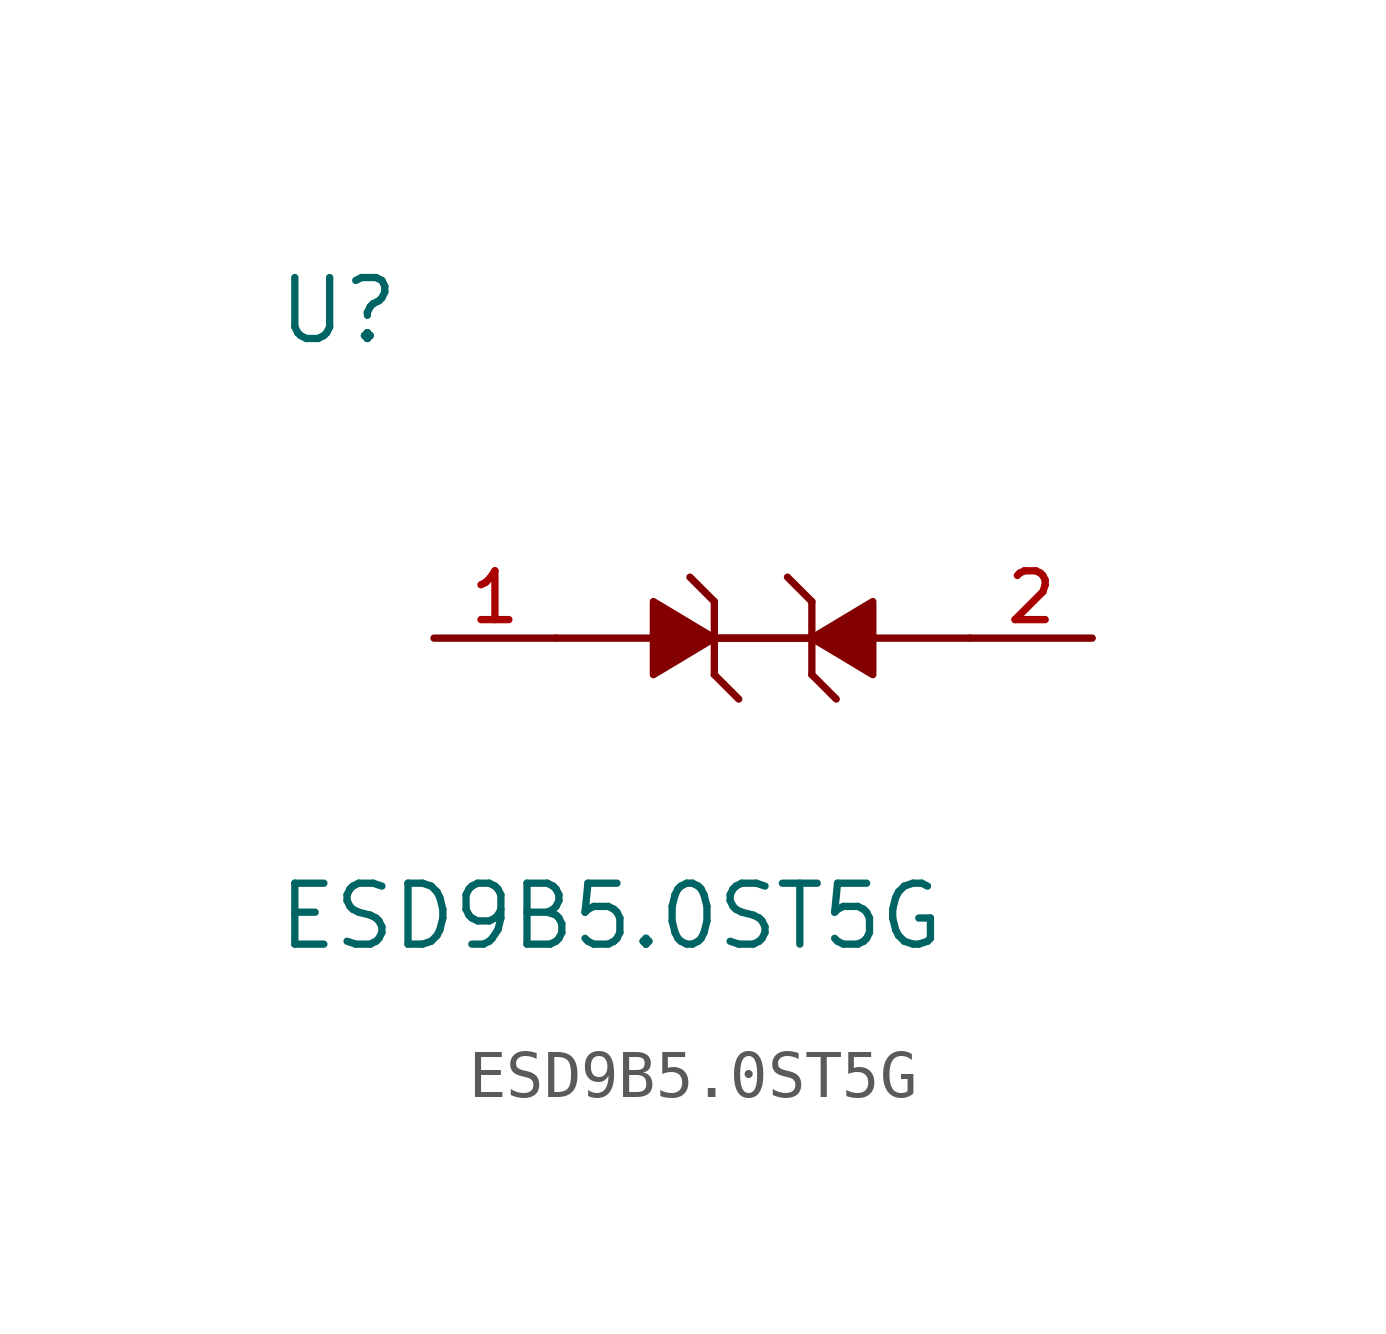
<source format=kicad_sym>
(kicad_symbol_lib
  (version 20211014)
  (generator kicad_symbol_editor)
  (symbol "ESD9B5.0ST5G"
    (pin_names
      (offset 1.016))
    (property "Reference" "U"
      (at -10.16 6.08 0.0)
      (effects (font (size 1.27 1.27)) (justify bottom left)))
    (property "Value" "ESD9B5.0ST5G"
      (at -10.16 -6.54 0.0)
      (effects (font (size 1.27 1.27)) (justify bottom left)))
    (symbol "ESD9B5.0ST5G_0_0"
      (polyline (pts (xy -1.016 0.0) (xy -2.286 -0.762) (xy -2.286 0.762) (xy -1.016 0.0)) (stroke (width 0.152)) (fill (type outline)))
      (polyline (pts (xy -2.286 0.0) (xy -4.318 0.0)) (stroke (width 0.152)))
      (polyline (pts (xy -1.016 0.0) (xy 1.016 0.0)) (stroke (width 0.152)))
      (polyline (pts (xy -1.016 -0.762) (xy -1.016 0.762)) (stroke (width 0.152)))
      (polyline (pts (xy -1.016 0.762) (xy -1.524 1.27)) (stroke (width 0.152)))
      (polyline (pts (xy -1.016 -0.762) (xy -0.508 -1.27)) (stroke (width 0.152)))
      (polyline (pts (xy 1.016 0.0) (xy 2.286 0.762) (xy 2.286 -0.762) (xy 1.016 0.0)) (stroke (width 0.152)) (fill (type outline)))
      (polyline (pts (xy 2.286 0.0) (xy 4.318 0.0)) (stroke (width 0.152)))
      (polyline (pts (xy 1.016 0.0) (xy -1.016 0.0)) (stroke (width 0.152)))
      (polyline (pts (xy 1.016 0.762) (xy 1.016 -0.762)) (stroke (width 0.152)))
      (polyline (pts (xy 1.016 -0.762) (xy 1.524 -1.27)) (stroke (width 0.152)))
      (polyline (pts (xy 1.016 0.762) (xy 0.508 1.27)) (stroke (width 0.152)))
      (pin passive line (at 6.858 0.0 180.0) (length 2.54) (name "~" (effects (font (size 1.016 1.016)))) (number "2" (effects (font (size 1.016 1.016)))))
      (pin passive line (at -6.858 0.0 0) (length 2.54) (name "~" (effects (font (size 1.016 1.016)))) (number "1" (effects (font (size 1.016 1.016))))))))
</source>
